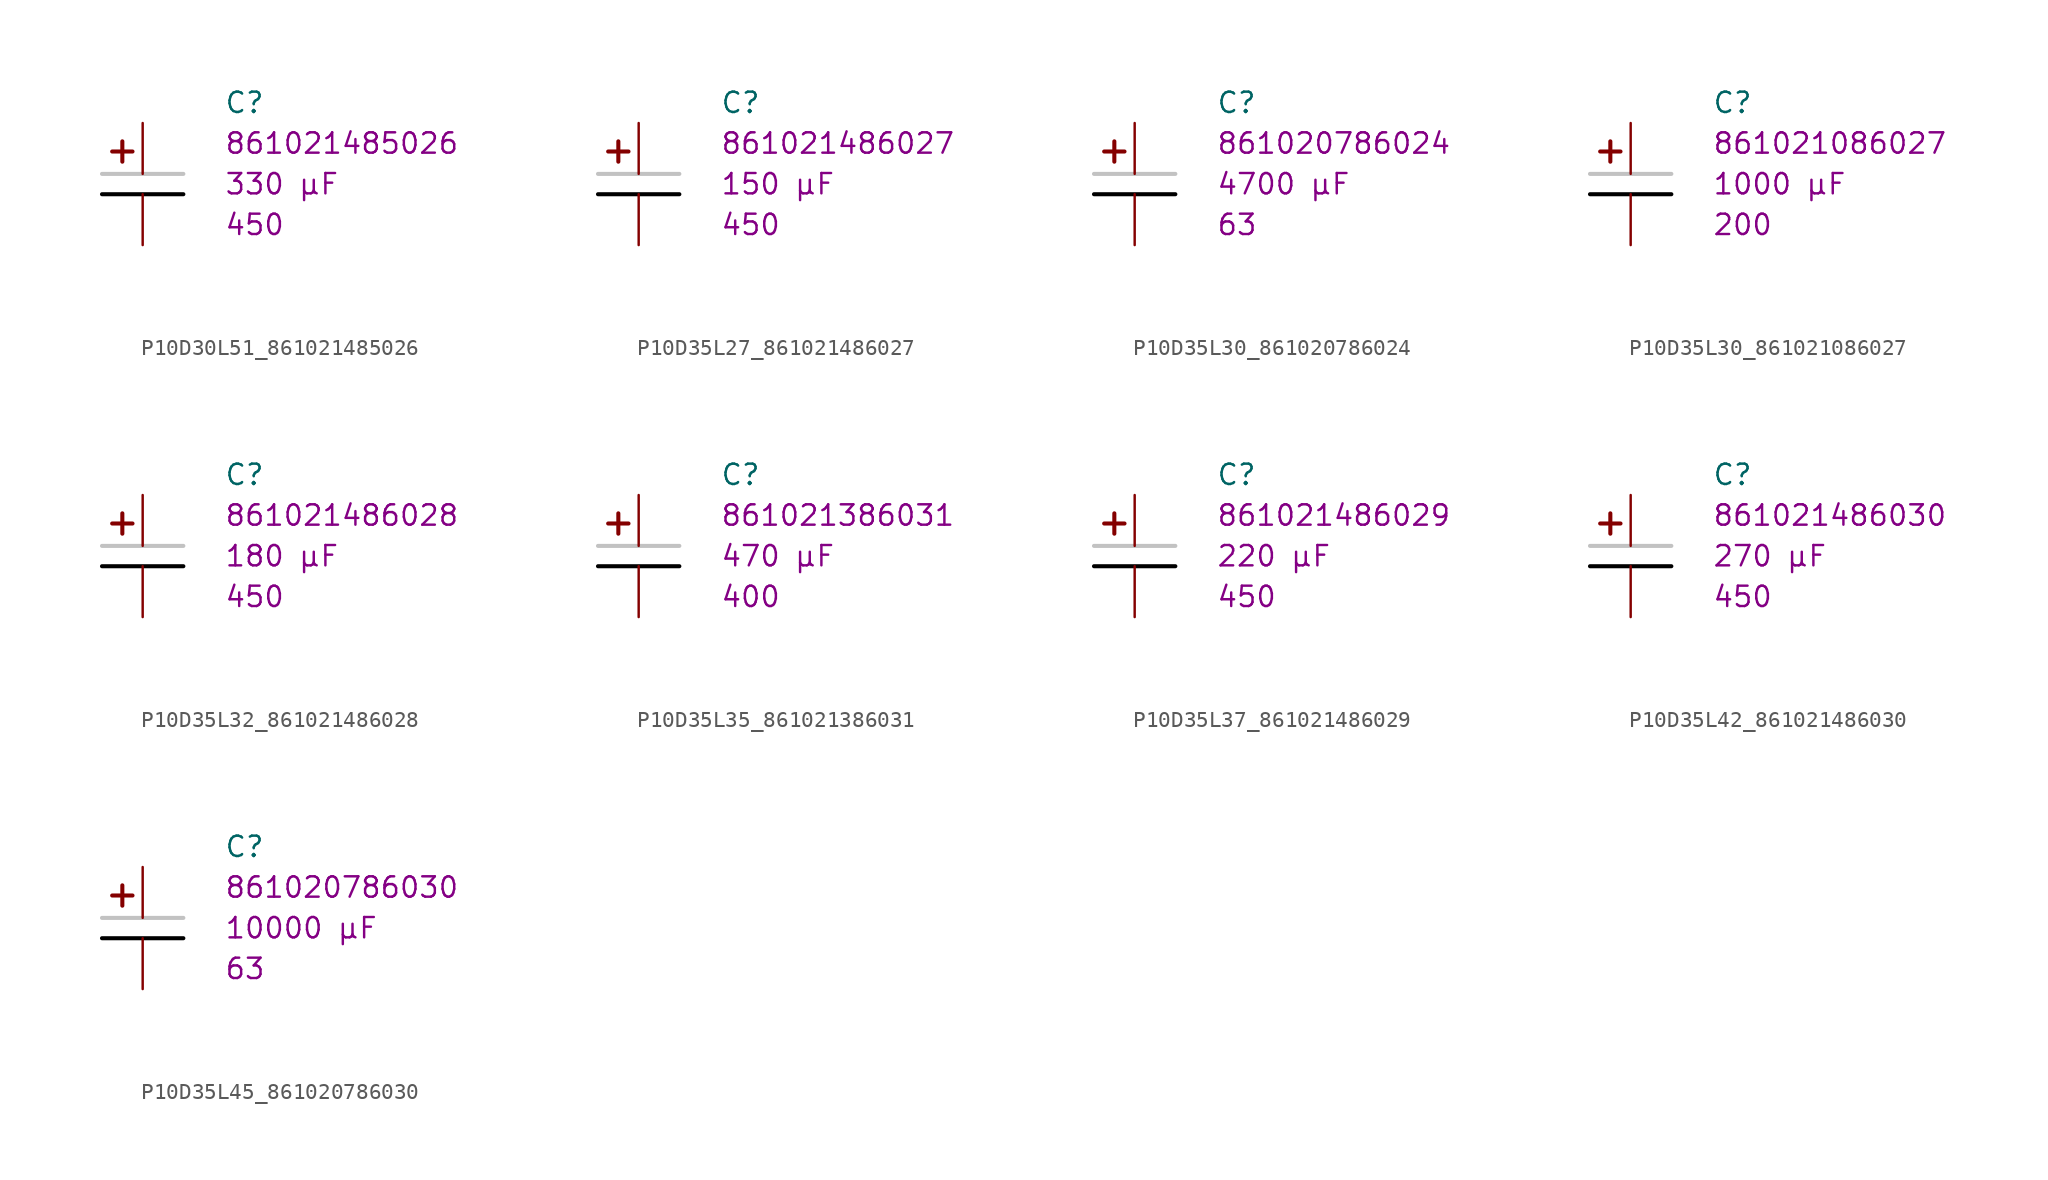
<source format=kicad_sym>
(kicad_symbol_lib
  (version 20220914)
  (generator kicad_symbol_editor)
  (symbol "P10D30L51_861021485026"
    (pin_numbers hide)
    (pin_names hide)
    (property "Reference" "C"
      (at 5.08 5.08 0)
      (effects (font (size 1.27 1.27)) (justify left)))
    (property "Part Number" "861021485026"
      (at 5.08 2.54 0)
      (effects (font (size 1.27 1.27)) (justify left)))
    (property "Capacitance" "330 µF"
      (at 5.08 0 0)
      (effects (font (size 1.27 1.27)) (justify left)))
    (property "Voltage" "450"
      (at 5.08 -2.54 0)
      (effects (font (size 1.27 1.27)) (justify left)))
    (property "Critical Parameter" ""
      (at 0 -7.62 0)
      (effects (font (size 1.27 1.27))))
    (symbol "P10D30L51_861021485026_1_1"
      (polyline (pts (xy -1.27 2.667) (xy -1.27 1.397)) (stroke (width 0.254) (type default)) (fill (type none)))
      (polyline (pts (xy -0.635 2.032) (xy -1.905 2.032)) (stroke (width 0.254) (type default)) (fill (type none)))
      (polyline (pts (xy 2.54 -0.635) (xy -2.54 -0.635)) (stroke (width 0.254) (type default) (color 0 0 0 1)) (fill (type none)))
      (polyline (pts (xy 2.54 0.635) (xy -2.54 0.635)) (stroke (width 0.254) (type default) (color 194 194 194 1)) (fill (type none)))
      (pin passive line (at 0 3.81 270) (length 3.175) (name "1" (effects (font (size 1.27 1.27)))) (number "1" (effects (font (size 1.27 1.27)))))
      (pin passive line (at 0 -3.81 90) (length 3.175) (name "2" (effects (font (size 1.27 1.27)))) (number "2" (effects (font (size 1.27 1.27)))))))
  (symbol "P10D35L27_861021486027"
    (pin_numbers hide)
    (pin_names hide)
    (property "Reference" "C"
      (at 5.08 5.08 0)
      (effects (font (size 1.27 1.27)) (justify left)))
    (property "Part Number" "861021486027"
      (at 5.08 2.54 0)
      (effects (font (size 1.27 1.27)) (justify left)))
    (property "Capacitance" "150 µF"
      (at 5.08 0 0)
      (effects (font (size 1.27 1.27)) (justify left)))
    (property "Voltage" "450"
      (at 5.08 -2.54 0)
      (effects (font (size 1.27 1.27)) (justify left)))
    (property "Critical Parameter" ""
      (at 0 -7.62 0)
      (effects (font (size 1.27 1.27))))
    (symbol "P10D35L27_861021486027_1_1"
      (polyline (pts (xy -1.27 2.667) (xy -1.27 1.397)) (stroke (width 0.254) (type default)) (fill (type none)))
      (polyline (pts (xy -0.635 2.032) (xy -1.905 2.032)) (stroke (width 0.254) (type default)) (fill (type none)))
      (polyline (pts (xy 2.54 -0.635) (xy -2.54 -0.635)) (stroke (width 0.254) (type default) (color 0 0 0 1)) (fill (type none)))
      (polyline (pts (xy 2.54 0.635) (xy -2.54 0.635)) (stroke (width 0.254) (type default) (color 194 194 194 1)) (fill (type none)))
      (pin passive line (at 0 3.81 270) (length 3.175) (name "1" (effects (font (size 1.27 1.27)))) (number "1" (effects (font (size 1.27 1.27)))))
      (pin passive line (at 0 -3.81 90) (length 3.175) (name "2" (effects (font (size 1.27 1.27)))) (number "2" (effects (font (size 1.27 1.27)))))))
  (symbol "P10D35L30_861020786024"
    (pin_numbers hide)
    (pin_names hide)
    (property "Reference" "C"
      (at 5.08 5.08 0)
      (effects (font (size 1.27 1.27)) (justify left)))
    (property "Part Number" "861020786024"
      (at 5.08 2.54 0)
      (effects (font (size 1.27 1.27)) (justify left)))
    (property "Capacitance" "4700 µF"
      (at 5.08 0 0)
      (effects (font (size 1.27 1.27)) (justify left)))
    (property "Voltage" "63"
      (at 5.08 -2.54 0)
      (effects (font (size 1.27 1.27)) (justify left)))
    (property "Critical Parameter" ""
      (at 0 -7.62 0)
      (effects (font (size 1.27 1.27))))
    (symbol "P10D35L30_861020786024_1_1"
      (polyline (pts (xy -1.27 2.667) (xy -1.27 1.397)) (stroke (width 0.254) (type default)) (fill (type none)))
      (polyline (pts (xy -0.635 2.032) (xy -1.905 2.032)) (stroke (width 0.254) (type default)) (fill (type none)))
      (polyline (pts (xy 2.54 -0.635) (xy -2.54 -0.635)) (stroke (width 0.254) (type default) (color 0 0 0 1)) (fill (type none)))
      (polyline (pts (xy 2.54 0.635) (xy -2.54 0.635)) (stroke (width 0.254) (type default) (color 194 194 194 1)) (fill (type none)))
      (pin passive line (at 0 3.81 270) (length 3.175) (name "1" (effects (font (size 1.27 1.27)))) (number "1" (effects (font (size 1.27 1.27)))))
      (pin passive line (at 0 -3.81 90) (length 3.175) (name "2" (effects (font (size 1.27 1.27)))) (number "2" (effects (font (size 1.27 1.27)))))))
  (symbol "P10D35L30_861021086027"
    (pin_numbers hide)
    (pin_names hide)
    (property "Reference" "C"
      (at 5.08 5.08 0)
      (effects (font (size 1.27 1.27)) (justify left)))
    (property "Part Number" "861021086027"
      (at 5.08 2.54 0)
      (effects (font (size 1.27 1.27)) (justify left)))
    (property "Capacitance" "1000 µF"
      (at 5.08 0 0)
      (effects (font (size 1.27 1.27)) (justify left)))
    (property "Voltage" "200"
      (at 5.08 -2.54 0)
      (effects (font (size 1.27 1.27)) (justify left)))
    (property "Critical Parameter" ""
      (at 0 -7.62 0)
      (effects (font (size 1.27 1.27))))
    (symbol "P10D35L30_861021086027_1_1"
      (polyline (pts (xy -1.27 2.667) (xy -1.27 1.397)) (stroke (width 0.254) (type default)) (fill (type none)))
      (polyline (pts (xy -0.635 2.032) (xy -1.905 2.032)) (stroke (width 0.254) (type default)) (fill (type none)))
      (polyline (pts (xy 2.54 -0.635) (xy -2.54 -0.635)) (stroke (width 0.254) (type default) (color 0 0 0 1)) (fill (type none)))
      (polyline (pts (xy 2.54 0.635) (xy -2.54 0.635)) (stroke (width 0.254) (type default) (color 194 194 194 1)) (fill (type none)))
      (pin passive line (at 0 3.81 270) (length 3.175) (name "1" (effects (font (size 1.27 1.27)))) (number "1" (effects (font (size 1.27 1.27)))))
      (pin passive line (at 0 -3.81 90) (length 3.175) (name "2" (effects (font (size 1.27 1.27)))) (number "2" (effects (font (size 1.27 1.27)))))))
  (symbol "P10D35L32_861021486028"
    (pin_numbers hide)
    (pin_names hide)
    (property "Reference" "C"
      (at 5.08 5.08 0)
      (effects (font (size 1.27 1.27)) (justify left)))
    (property "Part Number" "861021486028"
      (at 5.08 2.54 0)
      (effects (font (size 1.27 1.27)) (justify left)))
    (property "Capacitance" "180 µF"
      (at 5.08 0 0)
      (effects (font (size 1.27 1.27)) (justify left)))
    (property "Voltage" "450"
      (at 5.08 -2.54 0)
      (effects (font (size 1.27 1.27)) (justify left)))
    (property "Critical Parameter" ""
      (at 0 -7.62 0)
      (effects (font (size 1.27 1.27))))
    (symbol "P10D35L32_861021486028_1_1"
      (polyline (pts (xy -1.27 2.667) (xy -1.27 1.397)) (stroke (width 0.254) (type default)) (fill (type none)))
      (polyline (pts (xy -0.635 2.032) (xy -1.905 2.032)) (stroke (width 0.254) (type default)) (fill (type none)))
      (polyline (pts (xy 2.54 -0.635) (xy -2.54 -0.635)) (stroke (width 0.254) (type default) (color 0 0 0 1)) (fill (type none)))
      (polyline (pts (xy 2.54 0.635) (xy -2.54 0.635)) (stroke (width 0.254) (type default) (color 194 194 194 1)) (fill (type none)))
      (pin passive line (at 0 3.81 270) (length 3.175) (name "1" (effects (font (size 1.27 1.27)))) (number "1" (effects (font (size 1.27 1.27)))))
      (pin passive line (at 0 -3.81 90) (length 3.175) (name "2" (effects (font (size 1.27 1.27)))) (number "2" (effects (font (size 1.27 1.27)))))))
  (symbol "P10D35L35_861021386031"
    (pin_numbers hide)
    (pin_names hide)
    (property "Reference" "C"
      (at 5.08 5.08 0)
      (effects (font (size 1.27 1.27)) (justify left)))
    (property "Part Number" "861021386031"
      (at 5.08 2.54 0)
      (effects (font (size 1.27 1.27)) (justify left)))
    (property "Capacitance" "470 µF"
      (at 5.08 0 0)
      (effects (font (size 1.27 1.27)) (justify left)))
    (property "Voltage" "400"
      (at 5.08 -2.54 0)
      (effects (font (size 1.27 1.27)) (justify left)))
    (property "Critical Parameter" ""
      (at 0 -7.62 0)
      (effects (font (size 1.27 1.27))))
    (symbol "P10D35L35_861021386031_1_1"
      (polyline (pts (xy -1.27 2.667) (xy -1.27 1.397)) (stroke (width 0.254) (type default)) (fill (type none)))
      (polyline (pts (xy -0.635 2.032) (xy -1.905 2.032)) (stroke (width 0.254) (type default)) (fill (type none)))
      (polyline (pts (xy 2.54 -0.635) (xy -2.54 -0.635)) (stroke (width 0.254) (type default) (color 0 0 0 1)) (fill (type none)))
      (polyline (pts (xy 2.54 0.635) (xy -2.54 0.635)) (stroke (width 0.254) (type default) (color 194 194 194 1)) (fill (type none)))
      (pin passive line (at 0 3.81 270) (length 3.175) (name "1" (effects (font (size 1.27 1.27)))) (number "1" (effects (font (size 1.27 1.27)))))
      (pin passive line (at 0 -3.81 90) (length 3.175) (name "2" (effects (font (size 1.27 1.27)))) (number "2" (effects (font (size 1.27 1.27)))))))
  (symbol "P10D35L37_861021486029"
    (pin_numbers hide)
    (pin_names hide)
    (property "Reference" "C"
      (at 5.08 5.08 0)
      (effects (font (size 1.27 1.27)) (justify left)))
    (property "Part Number" "861021486029"
      (at 5.08 2.54 0)
      (effects (font (size 1.27 1.27)) (justify left)))
    (property "Capacitance" "220 µF"
      (at 5.08 0 0)
      (effects (font (size 1.27 1.27)) (justify left)))
    (property "Voltage" "450"
      (at 5.08 -2.54 0)
      (effects (font (size 1.27 1.27)) (justify left)))
    (property "Critical Parameter" ""
      (at 0 -7.62 0)
      (effects (font (size 1.27 1.27))))
    (symbol "P10D35L37_861021486029_1_1"
      (polyline (pts (xy -1.27 2.667) (xy -1.27 1.397)) (stroke (width 0.254) (type default)) (fill (type none)))
      (polyline (pts (xy -0.635 2.032) (xy -1.905 2.032)) (stroke (width 0.254) (type default)) (fill (type none)))
      (polyline (pts (xy 2.54 -0.635) (xy -2.54 -0.635)) (stroke (width 0.254) (type default) (color 0 0 0 1)) (fill (type none)))
      (polyline (pts (xy 2.54 0.635) (xy -2.54 0.635)) (stroke (width 0.254) (type default) (color 194 194 194 1)) (fill (type none)))
      (pin passive line (at 0 3.81 270) (length 3.175) (name "1" (effects (font (size 1.27 1.27)))) (number "1" (effects (font (size 1.27 1.27)))))
      (pin passive line (at 0 -3.81 90) (length 3.175) (name "2" (effects (font (size 1.27 1.27)))) (number "2" (effects (font (size 1.27 1.27)))))))
  (symbol "P10D35L42_861021486030"
    (pin_numbers hide)
    (pin_names hide)
    (property "Reference" "C"
      (at 5.08 5.08 0)
      (effects (font (size 1.27 1.27)) (justify left)))
    (property "Part Number" "861021486030"
      (at 5.08 2.54 0)
      (effects (font (size 1.27 1.27)) (justify left)))
    (property "Capacitance" "270 µF"
      (at 5.08 0 0)
      (effects (font (size 1.27 1.27)) (justify left)))
    (property "Voltage" "450"
      (at 5.08 -2.54 0)
      (effects (font (size 1.27 1.27)) (justify left)))
    (property "Critical Parameter" ""
      (at 0 -7.62 0)
      (effects (font (size 1.27 1.27))))
    (symbol "P10D35L42_861021486030_1_1"
      (polyline (pts (xy -1.27 2.667) (xy -1.27 1.397)) (stroke (width 0.254) (type default)) (fill (type none)))
      (polyline (pts (xy -0.635 2.032) (xy -1.905 2.032)) (stroke (width 0.254) (type default)) (fill (type none)))
      (polyline (pts (xy 2.54 -0.635) (xy -2.54 -0.635)) (stroke (width 0.254) (type default) (color 0 0 0 1)) (fill (type none)))
      (polyline (pts (xy 2.54 0.635) (xy -2.54 0.635)) (stroke (width 0.254) (type default) (color 194 194 194 1)) (fill (type none)))
      (pin passive line (at 0 3.81 270) (length 3.175) (name "1" (effects (font (size 1.27 1.27)))) (number "1" (effects (font (size 1.27 1.27)))))
      (pin passive line (at 0 -3.81 90) (length 3.175) (name "2" (effects (font (size 1.27 1.27)))) (number "2" (effects (font (size 1.27 1.27)))))))
  (symbol "P10D35L45_861020786030"
    (pin_numbers hide)
    (pin_names hide)
    (property "Reference" "C"
      (at 5.08 5.08 0)
      (effects (font (size 1.27 1.27)) (justify left)))
    (property "Part Number" "861020786030"
      (at 5.08 2.54 0)
      (effects (font (size 1.27 1.27)) (justify left)))
    (property "Capacitance" "10000 µF"
      (at 5.08 0 0)
      (effects (font (size 1.27 1.27)) (justify left)))
    (property "Voltage" "63"
      (at 5.08 -2.54 0)
      (effects (font (size 1.27 1.27)) (justify left)))
    (property "Critical Parameter" ""
      (at 0 -7.62 0)
      (effects (font (size 1.27 1.27))))
    (symbol "P10D35L45_861020786030_1_1"
      (polyline (pts (xy -1.27 2.667) (xy -1.27 1.397)) (stroke (width 0.254) (type default)) (fill (type none)))
      (polyline (pts (xy -0.635 2.032) (xy -1.905 2.032)) (stroke (width 0.254) (type default)) (fill (type none)))
      (polyline (pts (xy 2.54 -0.635) (xy -2.54 -0.635)) (stroke (width 0.254) (type default) (color 0 0 0 1)) (fill (type none)))
      (polyline (pts (xy 2.54 0.635) (xy -2.54 0.635)) (stroke (width 0.254) (type default) (color 194 194 194 1)) (fill (type none)))
      (pin passive line (at 0 3.81 270) (length 3.175) (name "1" (effects (font (size 1.27 1.27)))) (number "1" (effects (font (size 1.27 1.27)))))
      (pin passive line (at 0 -3.81 90) (length 3.175) (name "2" (effects (font (size 1.27 1.27)))) (number "2" (effects (font (size 1.27 1.27))))))))
</source>
